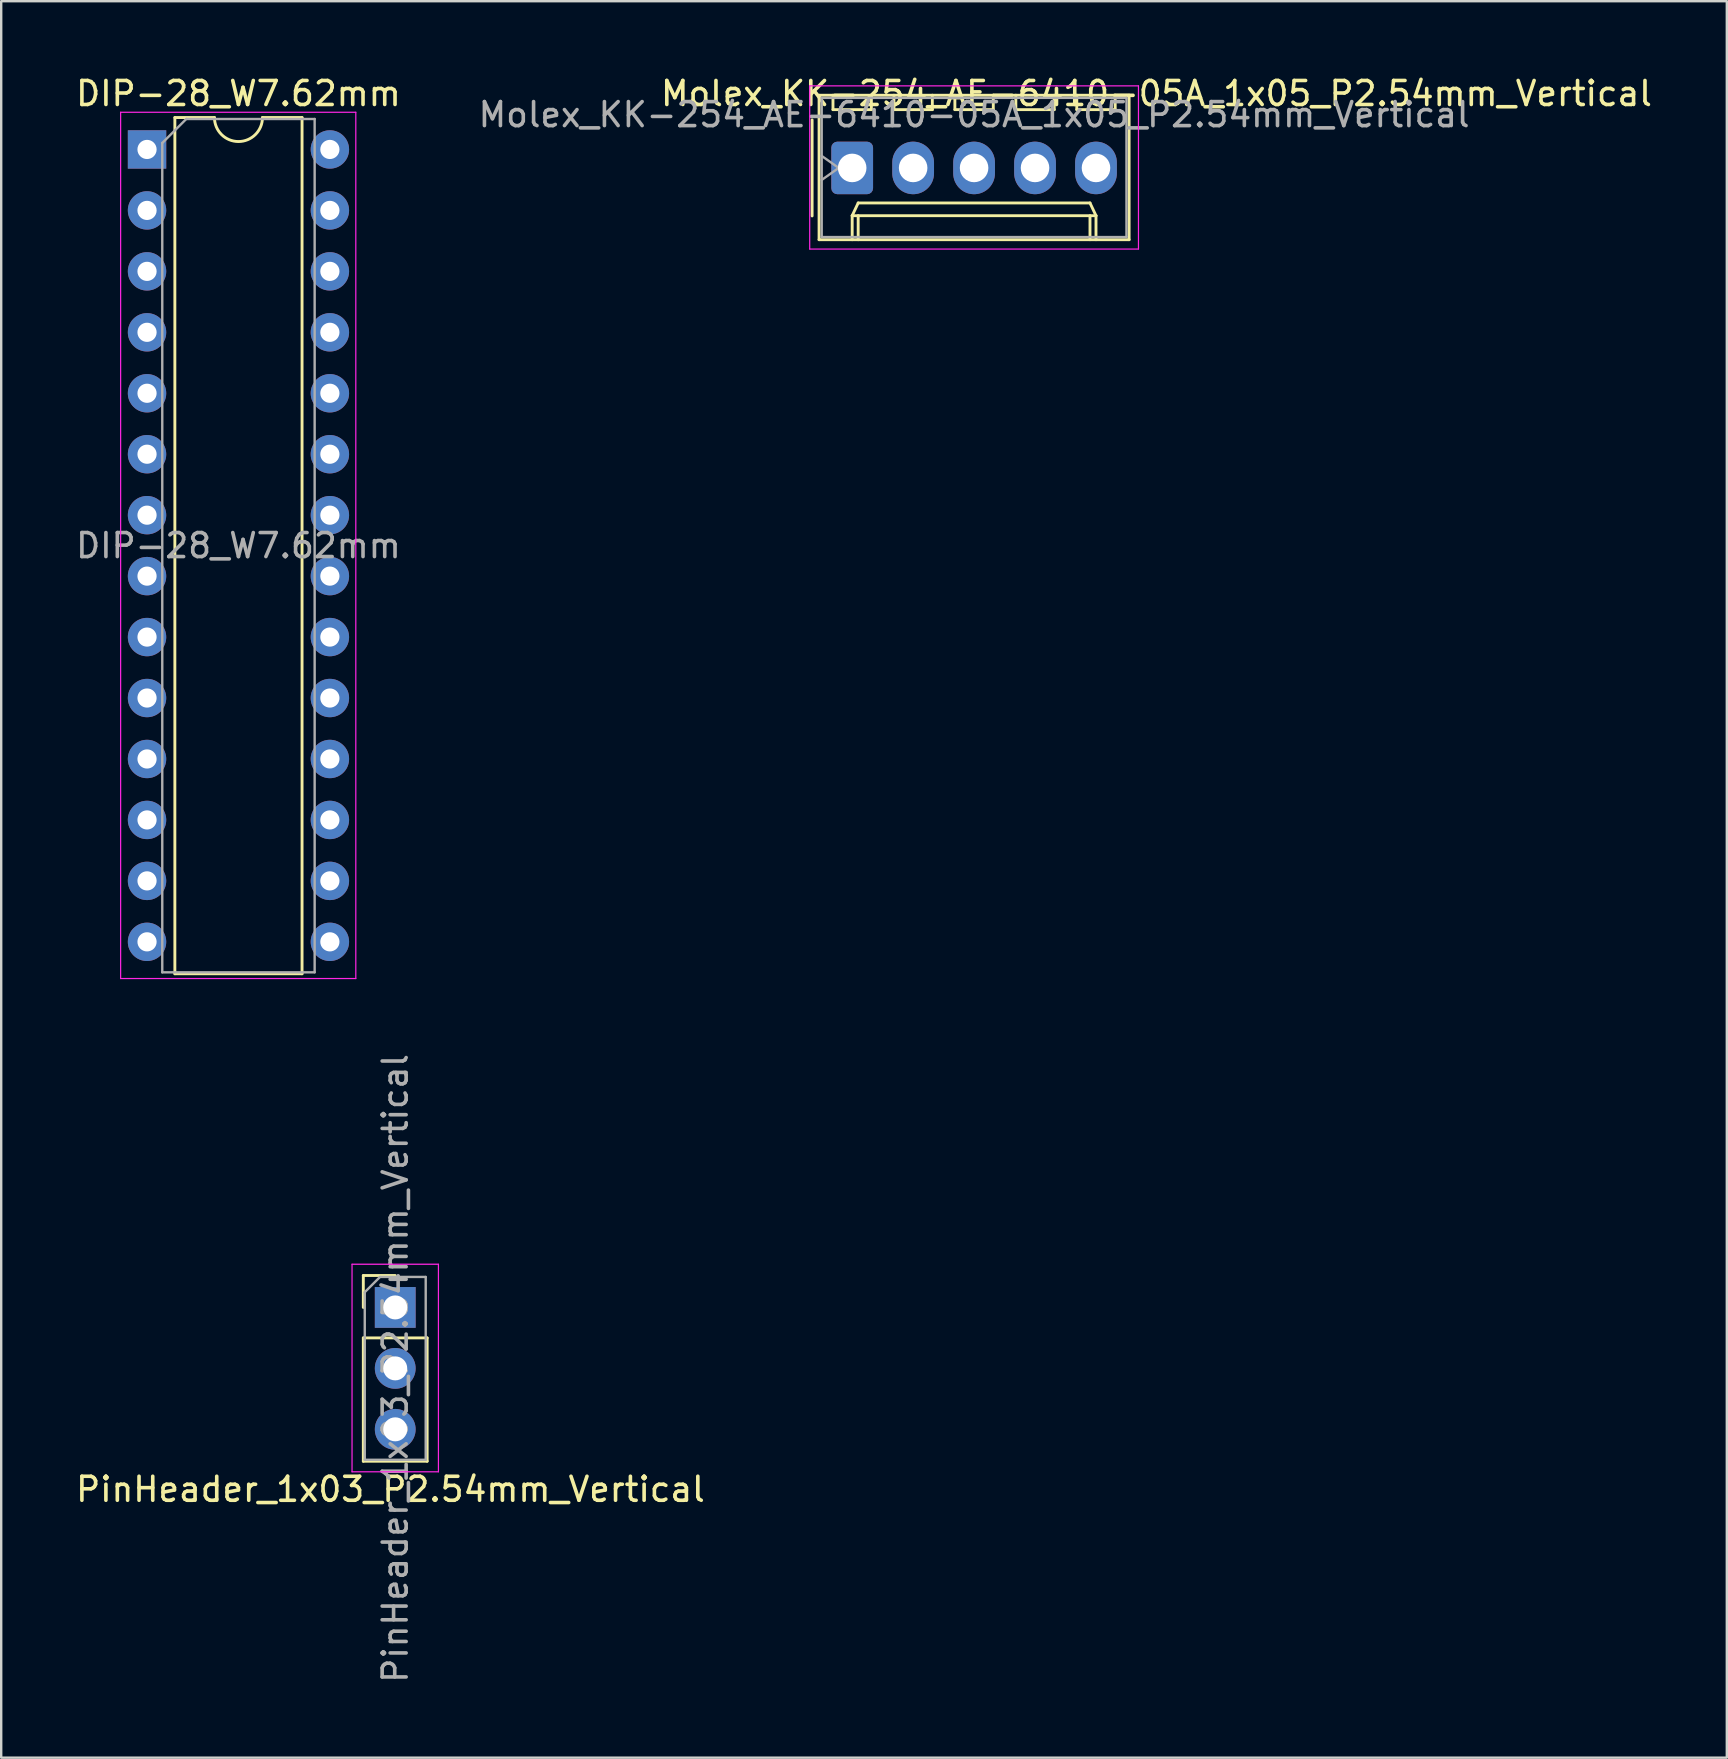
<source format=kicad_pcb>
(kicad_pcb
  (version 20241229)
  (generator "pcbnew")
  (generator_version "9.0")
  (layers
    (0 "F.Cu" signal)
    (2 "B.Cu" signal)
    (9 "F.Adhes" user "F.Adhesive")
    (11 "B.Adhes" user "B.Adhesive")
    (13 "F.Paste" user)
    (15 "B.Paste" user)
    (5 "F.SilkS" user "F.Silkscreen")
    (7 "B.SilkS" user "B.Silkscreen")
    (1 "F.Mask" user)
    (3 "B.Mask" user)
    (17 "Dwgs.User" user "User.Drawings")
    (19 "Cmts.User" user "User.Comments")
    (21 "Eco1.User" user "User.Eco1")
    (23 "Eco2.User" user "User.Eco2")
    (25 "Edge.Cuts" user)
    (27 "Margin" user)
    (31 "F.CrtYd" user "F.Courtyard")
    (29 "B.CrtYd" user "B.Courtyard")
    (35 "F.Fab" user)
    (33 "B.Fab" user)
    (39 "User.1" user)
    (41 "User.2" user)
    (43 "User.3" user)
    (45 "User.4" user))
  (footprint "PinHeader_1x03_P2.54mm_Vertical"
    (layer "F.Cu")
    (at 13.42 51.433)
    (property "Reference" "PinHeader_1x03_P2.54mm_Vertical" (at -0.2 7.58 0) (layer "F.SilkS") (effects (font (size 1 1) (thickness 0.15))))
    (attr through_hole)
    (fp_line (start -1.33 -1.33) (end 0 -1.33) (stroke (width 0.12) (type solid)) (layer "F.SilkS"))
    (fp_line (start -1.33 0) (end -1.33 -1.33) (stroke (width 0.12) (type solid)) (layer "F.SilkS"))
    (fp_line (start -1.33 1.27) (end -1.33 6.41) (stroke (width 0.12) (type solid)) (layer "F.SilkS"))
    (fp_line (start -1.33 1.27) (end 1.33 1.27) (stroke (width 0.12) (type solid)) (layer "F.SilkS"))
    (fp_line (start -1.33 6.41) (end 1.33 6.41) (stroke (width 0.12) (type solid)) (layer "F.SilkS"))
    (fp_line (start 1.33 1.27) (end 1.33 6.41) (stroke (width 0.12) (type solid)) (layer "F.SilkS"))
    (fp_line (start -1.8 -1.8) (end -1.8 6.85) (stroke (width 0.05) (type solid)) (layer "F.CrtYd"))
    (fp_line (start -1.8 6.85) (end 1.8 6.85) (stroke (width 0.05) (type solid)) (layer "F.CrtYd"))
    (fp_line (start 1.8 -1.8) (end -1.8 -1.8) (stroke (width 0.05) (type solid)) (layer "F.CrtYd"))
    (fp_line (start 1.8 6.85) (end 1.8 -1.8) (stroke (width 0.05) (type solid)) (layer "F.CrtYd"))
    (fp_line (start -1.27 -0.635) (end -0.635 -1.27) (stroke (width 0.1) (type solid)) (layer "F.Fab"))
    (fp_line (start -1.27 6.35) (end -1.27 -0.635) (stroke (width 0.1) (type solid)) (layer "F.Fab"))
    (fp_line (start -0.635 -1.27) (end 1.27 -1.27) (stroke (width 0.1) (type solid)) (layer "F.Fab"))
    (fp_line (start 1.27 -1.27) (end 1.27 6.35) (stroke (width 0.1) (type solid)) (layer "F.Fab"))
    (fp_line (start 1.27 6.35) (end -1.27 6.35) (stroke (width 0.1) (type solid)) (layer "F.Fab"))
    (fp_text user "${REFERENCE}" (at 0 2.54 90) (layer "F.Fab") (effects (font (size 1 1) (thickness 0.15))))
    (pad "1" thru_hole rect (at 0 0) (size 1.7 1.7) (drill 1) (layers "*.Cu" "*.Mask"))
    (pad "2" thru_hole oval (at 0 2.54) (size 1.7 1.7) (drill 1) (layers "*.Cu" "*.Mask"))
    (pad "3" thru_hole oval (at 0 5.08) (size 1.7 1.7) (drill 1) (layers "*.Cu" "*.Mask")))
  (footprint "Molex_KK-254_AE-6410-05A_1x05_P2.54mm_Vertical"
    (layer "F.Cu")
    (at 32.462 3.948)
    (property "Reference" "Molex_KK-254_AE-6410-05A_1x05_P2.54mm_Vertical" (at 12.68 -3.1 180) (layer "F.SilkS") (effects (font (size 1 1) (thickness 0.15))))
    (attr through_hole)
    (fp_line (start -1.67 -2) (end -1.67 2) (stroke (width 0.12) (type solid)) (layer "F.SilkS"))
    (fp_line (start -1.38 -3.03) (end -1.38 2.99) (stroke (width 0.12) (type solid)) (layer "F.SilkS"))
    (fp_line (start -1.38 2.99) (end 11.54 2.99) (stroke (width 0.12) (type solid)) (layer "F.SilkS"))
    (fp_line (start -0.8 -3.03) (end -0.8 -2.43) (stroke (width 0.12) (type solid)) (layer "F.SilkS"))
    (fp_line (start -0.8 -2.43) (end 0.8 -2.43) (stroke (width 0.12) (type solid)) (layer "F.SilkS"))
    (fp_line (start 0 1.99) (end 0.25 1.46) (stroke (width 0.12) (type solid)) (layer "F.SilkS"))
    (fp_line (start 0 1.99) (end 10.16 1.99) (stroke (width 0.12) (type solid)) (layer "F.SilkS"))
    (fp_line (start 0 2.99) (end 0 1.99) (stroke (width 0.12) (type solid)) (layer "F.SilkS"))
    (fp_line (start 0.25 1.46) (end 9.91 1.46) (stroke (width 0.12) (type solid)) (layer "F.SilkS"))
    (fp_line (start 0.25 2.99) (end 0.25 1.99) (stroke (width 0.12) (type solid)) (layer "F.SilkS"))
    (fp_line (start 0.8 -2.43) (end 0.8 -3.03) (stroke (width 0.12) (type solid)) (layer "F.SilkS"))
    (fp_line (start 1.74 -3.03) (end 1.74 -2.43) (stroke (width 0.12) (type solid)) (layer "F.SilkS"))
    (fp_line (start 1.74 -2.43) (end 3.34 -2.43) (stroke (width 0.12) (type solid)) (layer "F.SilkS"))
    (fp_line (start 3.34 -2.43) (end 3.34 -3.03) (stroke (width 0.12) (type solid)) (layer "F.SilkS"))
    (fp_line (start 4.28 -3.03) (end 4.28 -2.43) (stroke (width 0.12) (type solid)) (layer "F.SilkS"))
    (fp_line (start 4.28 -2.43) (end 5.88 -2.43) (stroke (width 0.12) (type solid)) (layer "F.SilkS"))
    (fp_line (start 5.88 -2.43) (end 5.88 -3.03) (stroke (width 0.12) (type solid)) (layer "F.SilkS"))
    (fp_line (start 6.82 -3.03) (end 6.82 -2.43) (stroke (width 0.12) (type solid)) (layer "F.SilkS"))
    (fp_line (start 6.82 -2.43) (end 8.42 -2.43) (stroke (width 0.12) (type solid)) (layer "F.SilkS"))
    (fp_line (start 8.42 -2.43) (end 8.42 -3.03) (stroke (width 0.12) (type solid)) (layer "F.SilkS"))
    (fp_line (start 9.36 -3.03) (end 9.36 -2.43) (stroke (width 0.12) (type solid)) (layer "F.SilkS"))
    (fp_line (start 9.36 -2.43) (end 10.96 -2.43) (stroke (width 0.12) (type solid)) (layer "F.SilkS"))
    (fp_line (start 9.91 1.46) (end 10.16 1.99) (stroke (width 0.12) (type solid)) (layer "F.SilkS"))
    (fp_line (start 9.91 2.99) (end 9.91 1.99) (stroke (width 0.12) (type solid)) (layer "F.SilkS"))
    (fp_line (start 10.16 1.99) (end 10.16 2.99) (stroke (width 0.12) (type solid)) (layer "F.SilkS"))
    (fp_line (start 10.96 -2.43) (end 10.96 -3.03) (stroke (width 0.12) (type solid)) (layer "F.SilkS"))
    (fp_line (start 11.54 -3.03) (end -1.38 -3.03) (stroke (width 0.12) (type solid)) (layer "F.SilkS"))
    (fp_line (start 11.54 2.99) (end 11.54 -3.03) (stroke (width 0.12) (type solid)) (layer "F.SilkS"))
    (fp_line (start -1.77 -3.42) (end -1.77 3.38) (stroke (width 0.05) (type solid)) (layer "F.CrtYd"))
    (fp_line (start -1.77 3.38) (end 11.93 3.38) (stroke (width 0.05) (type solid)) (layer "F.CrtYd"))
    (fp_line (start 11.93 -3.42) (end -1.77 -3.42) (stroke (width 0.05) (type solid)) (layer "F.CrtYd"))
    (fp_line (start 11.93 3.38) (end 11.93 -3.42) (stroke (width 0.05) (type solid)) (layer "F.CrtYd"))
    (fp_line (start -1.27 -2.92) (end -1.27 2.88) (stroke (width 0.1) (type solid)) (layer "F.Fab"))
    (fp_line (start -1.27 -0.5) (end -0.563 0) (stroke (width 0.1) (type solid)) (layer "F.Fab"))
    (fp_line (start -1.27 2.88) (end 11.43 2.88) (stroke (width 0.1) (type solid)) (layer "F.Fab"))
    (fp_line (start -0.563 0) (end -1.27 0.5) (stroke (width 0.1) (type solid)) (layer "F.Fab"))
    (fp_line (start 11.43 -2.92) (end -1.27 -2.92) (stroke (width 0.1) (type solid)) (layer "F.Fab"))
    (fp_line (start 11.43 2.88) (end 11.43 -2.92) (stroke (width 0.1) (type solid)) (layer "F.Fab"))
    (fp_text user "${REFERENCE}" (at 5.08 -2.22 180) (layer "F.Fab") (effects (font (size 1 1) (thickness 0.15))))
    (pad "1" thru_hole roundrect (at 0 0) (size 1.74 2.19) (drill 1.19) (layers "*.Cu" "*.Mask") (roundrect_rratio 0.144))
    (pad "2" thru_hole oval (at 2.54 0) (size 1.74 2.19) (drill 1.19) (layers "*.Cu" "*.Mask"))
    (pad "3" thru_hole oval (at 5.08 0) (size 1.74 2.19) (drill 1.19) (layers "*.Cu" "*.Mask"))
    (pad "4" thru_hole oval (at 7.62 0) (size 1.74 2.19) (drill 1.19) (layers "*.Cu" "*.Mask"))
    (pad "5" thru_hole oval (at 10.16 0) (size 1.74 2.19) (drill 1.19) (layers "*.Cu" "*.Mask")))
  (footprint "DIP-28_W7.62mm"
    (layer "F.Cu")
    (at 3.077 3.178)
    (property "Reference" "DIP-28_W7.62mm" (at 3.81 -2.33 0) (layer "F.SilkS") (effects (font (size 1 1) (thickness 0.15))))
    (attr through_hole)
    (fp_line (start 1.16 -1.33) (end 1.16 34.35) (stroke (width 0.12) (type solid)) (layer "F.SilkS"))
    (fp_line (start 1.16 34.35) (end 6.46 34.35) (stroke (width 0.12) (type solid)) (layer "F.SilkS"))
    (fp_line (start 2.81 -1.33) (end 1.16 -1.33) (stroke (width 0.12) (type solid)) (layer "F.SilkS"))
    (fp_line (start 6.46 -1.33) (end 4.81 -1.33) (stroke (width 0.12) (type solid)) (layer "F.SilkS"))
    (fp_line (start 6.46 34.35) (end 6.46 -1.33) (stroke (width 0.12) (type solid)) (layer "F.SilkS"))
    (fp_arc (start 4.81 -1.33) (mid 3.81 -0.33) (end 2.81 -1.33) (stroke (width 0.12) (type solid)) (layer "F.SilkS"))
    (fp_line (start -1.1 -1.55) (end -1.1 34.55) (stroke (width 0.05) (type solid)) (layer "F.CrtYd"))
    (fp_line (start -1.1 34.55) (end 8.7 34.55) (stroke (width 0.05) (type solid)) (layer "F.CrtYd"))
    (fp_line (start 8.7 -1.55) (end -1.1 -1.55) (stroke (width 0.05) (type solid)) (layer "F.CrtYd"))
    (fp_line (start 8.7 34.55) (end 8.7 -1.55) (stroke (width 0.05) (type solid)) (layer "F.CrtYd"))
    (fp_line (start 0.635 -0.27) (end 1.635 -1.27) (stroke (width 0.1) (type solid)) (layer "F.Fab"))
    (fp_line (start 0.635 34.29) (end 0.635 -0.27) (stroke (width 0.1) (type solid)) (layer "F.Fab"))
    (fp_line (start 1.635 -1.27) (end 6.985 -1.27) (stroke (width 0.1) (type solid)) (layer "F.Fab"))
    (fp_line (start 6.985 -1.27) (end 6.985 34.29) (stroke (width 0.1) (type solid)) (layer "F.Fab"))
    (fp_line (start 6.985 34.29) (end 0.635 34.29) (stroke (width 0.1) (type solid)) (layer "F.Fab"))
    (fp_text user "${REFERENCE}" (at 3.81 16.51 0) (layer "F.Fab") (effects (font (size 1 1) (thickness 0.15))))
    (pad "1" thru_hole rect (at 0 0) (size 1.6 1.6) (drill 0.8) (layers "*.Cu" "*.Mask"))
    (pad "2" thru_hole oval (at 0 2.54) (size 1.6 1.6) (drill 0.8) (layers "*.Cu" "*.Mask"))
    (pad "3" thru_hole oval (at 0 5.08) (size 1.6 1.6) (drill 0.8) (layers "*.Cu" "*.Mask"))
    (pad "4" thru_hole oval (at 0 7.62) (size 1.6 1.6) (drill 0.8) (layers "*.Cu" "*.Mask"))
    (pad "5" thru_hole oval (at 0 10.16) (size 1.6 1.6) (drill 0.8) (layers "*.Cu" "*.Mask"))
    (pad "6" thru_hole oval (at 0 12.7) (size 1.6 1.6) (drill 0.8) (layers "*.Cu" "*.Mask"))
    (pad "7" thru_hole oval (at 0 15.24) (size 1.6 1.6) (drill 0.8) (layers "*.Cu" "*.Mask"))
    (pad "8" thru_hole oval (at 0 17.78) (size 1.6 1.6) (drill 0.8) (layers "*.Cu" "*.Mask"))
    (pad "9" thru_hole oval (at 0 20.32) (size 1.6 1.6) (drill 0.8) (layers "*.Cu" "*.Mask"))
    (pad "10" thru_hole oval (at 0 22.86) (size 1.6 1.6) (drill 0.8) (layers "*.Cu" "*.Mask"))
    (pad "11" thru_hole oval (at 0 25.4) (size 1.6 1.6) (drill 0.8) (layers "*.Cu" "*.Mask"))
    (pad "12" thru_hole oval (at 0 27.94) (size 1.6 1.6) (drill 0.8) (layers "*.Cu" "*.Mask"))
    (pad "13" thru_hole oval (at 0 30.48) (size 1.6 1.6) (drill 0.8) (layers "*.Cu" "*.Mask"))
    (pad "14" thru_hole oval (at 0 33.02) (size 1.6 1.6) (drill 0.8) (layers "*.Cu" "*.Mask"))
    (pad "15" thru_hole oval (at 7.62 33.02) (size 1.6 1.6) (drill 0.8) (layers "*.Cu" "*.Mask"))
    (pad "16" thru_hole oval (at 7.62 30.48) (size 1.6 1.6) (drill 0.8) (layers "*.Cu" "*.Mask"))
    (pad "17" thru_hole oval (at 7.62 27.94) (size 1.6 1.6) (drill 0.8) (layers "*.Cu" "*.Mask"))
    (pad "18" thru_hole oval (at 7.62 25.4) (size 1.6 1.6) (drill 0.8) (layers "*.Cu" "*.Mask"))
    (pad "19" thru_hole oval (at 7.62 22.86) (size 1.6 1.6) (drill 0.8) (layers "*.Cu" "*.Mask"))
    (pad "20" thru_hole oval (at 7.62 20.32) (size 1.6 1.6) (drill 0.8) (layers "*.Cu" "*.Mask"))
    (pad "21" thru_hole oval (at 7.62 17.78) (size 1.6 1.6) (drill 0.8) (layers "*.Cu" "*.Mask"))
    (pad "22" thru_hole oval (at 7.62 15.24) (size 1.6 1.6) (drill 0.8) (layers "*.Cu" "*.Mask"))
    (pad "23" thru_hole oval (at 7.62 12.7) (size 1.6 1.6) (drill 0.8) (layers "*.Cu" "*.Mask"))
    (pad "24" thru_hole oval (at 7.62 10.16) (size 1.6 1.6) (drill 0.8) (layers "*.Cu" "*.Mask"))
    (pad "25" thru_hole oval (at 7.62 7.62) (size 1.6 1.6) (drill 0.8) (layers "*.Cu" "*.Mask"))
    (pad "26" thru_hole oval (at 7.62 5.08) (size 1.6 1.6) (drill 0.8) (layers "*.Cu" "*.Mask"))
    (pad "27" thru_hole oval (at 7.62 2.54) (size 1.6 1.6) (drill 0.8) (layers "*.Cu" "*.Mask"))
    (pad "28" thru_hole oval (at 7.62 0) (size 1.6 1.6) (drill 0.8) (layers "*.Cu" "*.Mask")))
  (gr_rect
    (start -3 -3)
    (end 68.91 70.194)
    (stroke (width 0.1) (type default))
    (fill no)
    (layer "Edge.Cuts")))
</source>
